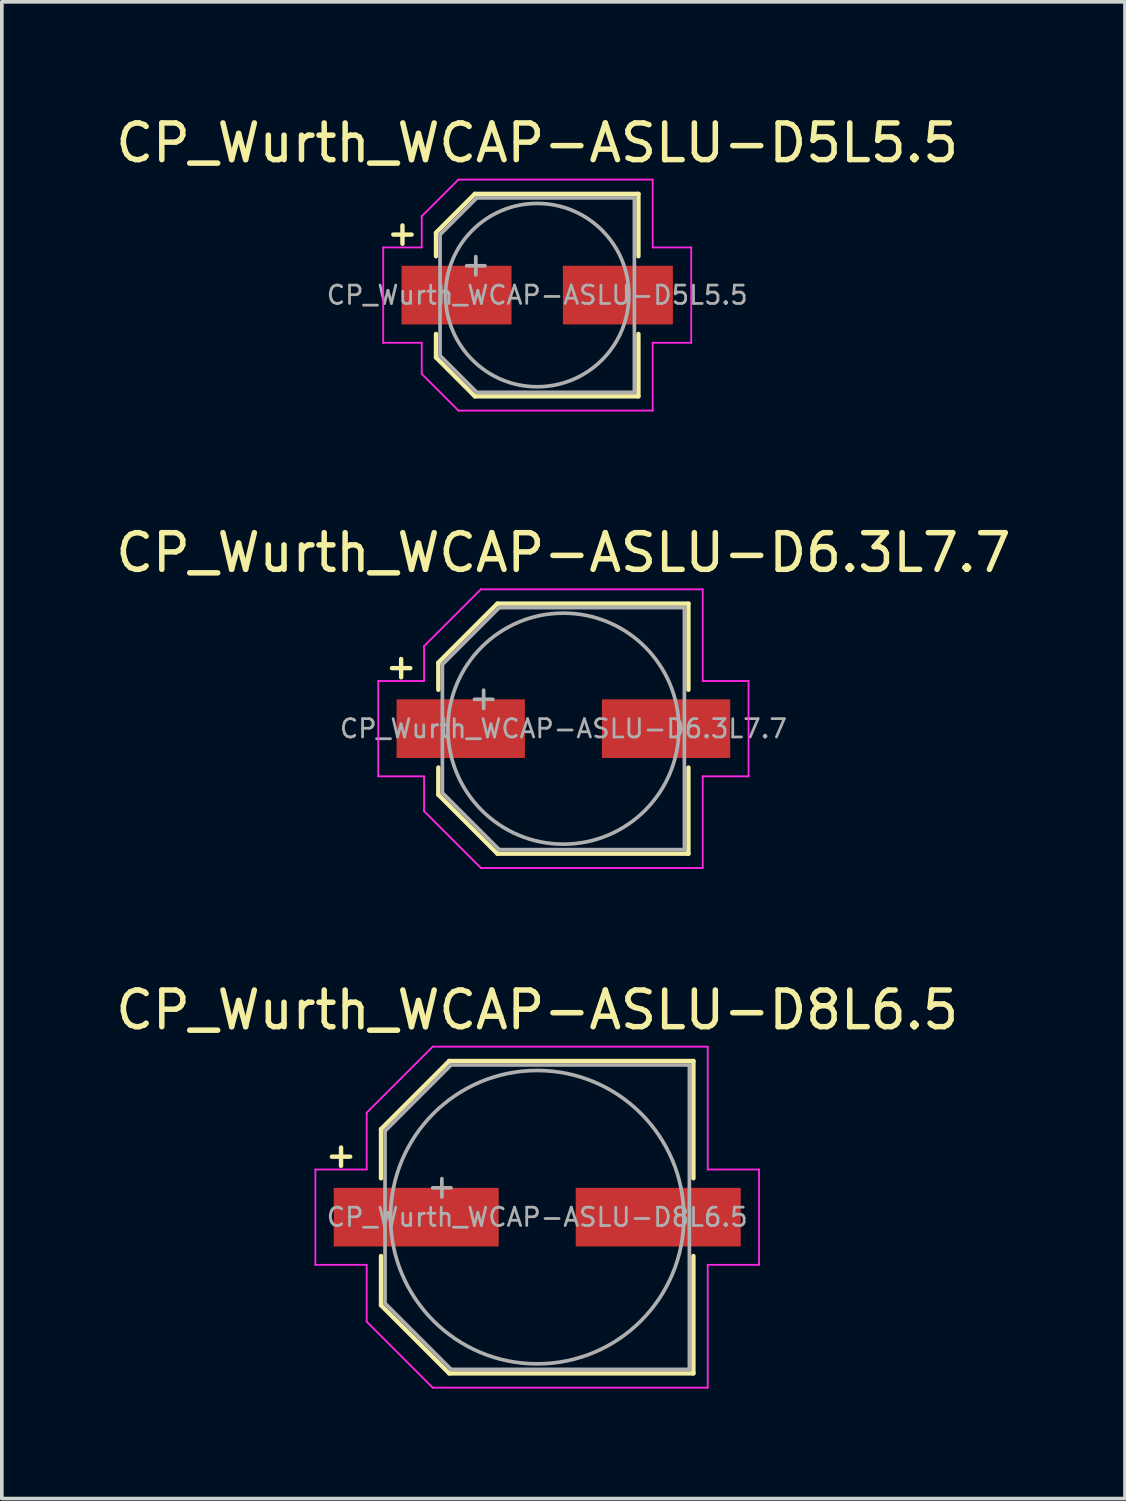
<source format=kicad_pcb>
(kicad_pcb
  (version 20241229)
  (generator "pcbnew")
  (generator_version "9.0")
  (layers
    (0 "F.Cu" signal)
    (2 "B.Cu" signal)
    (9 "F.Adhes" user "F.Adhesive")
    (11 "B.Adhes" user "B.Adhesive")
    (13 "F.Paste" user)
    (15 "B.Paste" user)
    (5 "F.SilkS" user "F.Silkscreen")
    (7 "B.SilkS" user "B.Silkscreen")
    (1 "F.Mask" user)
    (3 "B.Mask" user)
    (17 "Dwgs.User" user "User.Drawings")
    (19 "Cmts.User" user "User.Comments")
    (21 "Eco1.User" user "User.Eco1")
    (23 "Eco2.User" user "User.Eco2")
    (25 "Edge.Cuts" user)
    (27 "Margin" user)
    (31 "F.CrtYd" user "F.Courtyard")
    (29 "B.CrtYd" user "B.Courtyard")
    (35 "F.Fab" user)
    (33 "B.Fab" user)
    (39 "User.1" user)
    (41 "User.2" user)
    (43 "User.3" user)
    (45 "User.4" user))
  (footprint "CP_Wurth_WCAP-ASLU-D6.3L7.7"
    (layer "F.Cu")
    (at 12.315 16.822)
    (property "Reference" "CP_Wurth_WCAP-ASLU-D6.3L7.7" (at 0 -4.8 0) (unlocked yes) (layer "F.SilkS") (effects (font (size 1 1) (thickness 0.15))))
    (attr smd)
    (fp_line (start -4.425 -1.4) (end -4.425 -1.9) (stroke (width 0.12) (type solid)) (layer "F.SilkS"))
    (fp_line (start -4.175 -1.65) (end -4.675 -1.65) (stroke (width 0.12) (type solid)) (layer "F.SilkS"))
    (fp_line (start -3.41 -1.8) (end -3.41 -1.06) (stroke (width 0.12) (type default)) (layer "F.SilkS"))
    (fp_line (start -3.41 -1.8) (end -1.8 -3.41) (stroke (width 0.12) (type default)) (layer "F.SilkS"))
    (fp_line (start -3.41 1.8) (end -3.41 1.06) (stroke (width 0.12) (type default)) (layer "F.SilkS"))
    (fp_line (start -3.41 1.8) (end -1.8 3.41) (stroke (width 0.12) (type default)) (layer "F.SilkS"))
    (fp_line (start -1.8 -3.41) (end 3.41 -3.41) (stroke (width 0.12) (type solid)) (layer "F.SilkS"))
    (fp_line (start -1.8 3.41) (end 3.41 3.41) (stroke (width 0.12) (type solid)) (layer "F.SilkS"))
    (fp_line (start 3.41 -3.41) (end 3.41 -1.06) (stroke (width 0.12) (type default)) (layer "F.SilkS"))
    (fp_line (start 3.41 1.06) (end 3.41 3.41) (stroke (width 0.12) (type default)) (layer "F.SilkS"))
    (fp_line (start -5.05 -1.3) (end -5.05 1.3) (stroke (width 0.05) (type default)) (layer "F.CrtYd"))
    (fp_line (start -5.05 -1.3) (end -3.8 -1.3) (stroke (width 0.05) (type default)) (layer "F.CrtYd"))
    (fp_line (start -5.05 1.3) (end -3.8 1.3) (stroke (width 0.05) (type default)) (layer "F.CrtYd"))
    (fp_line (start -3.8 -2.25) (end -3.8 -1.3) (stroke (width 0.05) (type default)) (layer "F.CrtYd"))
    (fp_line (start -3.8 -2.25) (end -2.25 -3.8) (stroke (width 0.05) (type default)) (layer "F.CrtYd"))
    (fp_line (start -3.8 1.3) (end -3.8 2.25) (stroke (width 0.05) (type default)) (layer "F.CrtYd"))
    (fp_line (start -3.8 2.25) (end -2.25 3.8) (stroke (width 0.05) (type default)) (layer "F.CrtYd"))
    (fp_line (start -2.25 -3.8) (end 3.8 -3.8) (stroke (width 0.05) (type default)) (layer "F.CrtYd"))
    (fp_line (start -2.25 3.8) (end 3.8 3.8) (stroke (width 0.05) (type default)) (layer "F.CrtYd"))
    (fp_line (start 3.8 -3.8) (end 3.8 -1.3) (stroke (width 0.05) (type default)) (layer "F.CrtYd"))
    (fp_line (start 3.8 -1.3) (end 5.05 -1.3) (stroke (width 0.05) (type default)) (layer "F.CrtYd"))
    (fp_line (start 3.8 1.3) (end 3.8 3.8) (stroke (width 0.05) (type default)) (layer "F.CrtYd"))
    (fp_line (start 3.8 1.3) (end 5.05 1.3) (stroke (width 0.05) (type default)) (layer "F.CrtYd"))
    (fp_line (start 5.05 -1.3) (end 5.05 1.3) (stroke (width 0.05) (type default)) (layer "F.CrtYd"))
    (fp_line (start -3.3 -1.75) (end -1.75 -3.3) (stroke (width 0.1) (type default)) (layer "F.Fab"))
    (fp_line (start -3.3 1.75) (end -3.3 -1.75) (stroke (width 0.1) (type default)) (layer "F.Fab"))
    (fp_line (start -2.175 -0.55) (end -2.175 -1.05) (stroke (width 0.1) (type default)) (layer "F.Fab"))
    (fp_line (start -1.925 -0.8) (end -2.425 -0.8) (stroke (width 0.1) (type default)) (layer "F.Fab"))
    (fp_line (start -1.75 -3.3) (end 3.3 -3.3) (stroke (width 0.1) (type default)) (layer "F.Fab"))
    (fp_line (start -1.75 3.3) (end -3.3 1.75) (stroke (width 0.1) (type default)) (layer "F.Fab"))
    (fp_line (start 3.3 -3.3) (end 3.3 3.3) (stroke (width 0.1) (type default)) (layer "F.Fab"))
    (fp_line (start 3.3 3.3) (end -1.75 3.3) (stroke (width 0.1) (type default)) (layer "F.Fab"))
    (fp_circle (center 0 0) (end 3.15 0) (stroke (width 0.1) (type default)) (fill no) (layer "F.Fab"))
    (fp_text user "${REFERENCE}" (at 0 0 0) (unlocked yes) (layer "F.Fab") (effects (font (size 0.5 0.5) (thickness 0.075))))
    (pad "1" smd rect (at -2.8 0) (size 3.5 1.6) (layers "F.Cu" "F.Mask" "F.Paste"))
    (pad "2" smd rect (at 2.8 0) (size 3.5 1.6) (layers "F.Cu" "F.Mask" "F.Paste")))
  (footprint "CP_Wurth_WCAP-ASLU-D8L6.5"
    (layer "F.Cu")
    (at 11.601 30.145)
    (property "Reference" "CP_Wurth_WCAP-ASLU-D8L6.5" (at 0 -5.65 0) (unlocked yes) (layer "F.SilkS") (effects (font (size 1 1) (thickness 0.15))))
    (attr smd)
    (fp_line (start -5.35 -1.4) (end -5.35 -1.9) (stroke (width 0.12) (type solid)) (layer "F.SilkS"))
    (fp_line (start -5.1 -1.65) (end -5.6 -1.65) (stroke (width 0.12) (type solid)) (layer "F.SilkS"))
    (fp_line (start -4.26 -2.4) (end -4.26 -1.06) (stroke (width 0.12) (type default)) (layer "F.SilkS"))
    (fp_line (start -4.26 -2.4) (end -2.4 -4.26) (stroke (width 0.12) (type default)) (layer "F.SilkS"))
    (fp_line (start -4.26 2.4) (end -4.26 1.06) (stroke (width 0.12) (type default)) (layer "F.SilkS"))
    (fp_line (start -4.26 2.4) (end -2.4 4.26) (stroke (width 0.12) (type default)) (layer "F.SilkS"))
    (fp_line (start -2.4 -4.26) (end 4.26 -4.26) (stroke (width 0.12) (type solid)) (layer "F.SilkS"))
    (fp_line (start -2.4 4.26) (end 4.26 4.26) (stroke (width 0.12) (type solid)) (layer "F.SilkS"))
    (fp_line (start 4.26 -4.26) (end 4.26 -1.06) (stroke (width 0.12) (type default)) (layer "F.SilkS"))
    (fp_line (start 4.26 1.06) (end 4.26 4.26) (stroke (width 0.12) (type default)) (layer "F.SilkS"))
    (fp_line (start -6.05 -1.3) (end -6.05 1.3) (stroke (width 0.05) (type default)) (layer "F.CrtYd"))
    (fp_line (start -6.05 -1.3) (end -4.65 -1.3) (stroke (width 0.05) (type default)) (layer "F.CrtYd"))
    (fp_line (start -6.05 1.3) (end -4.65 1.3) (stroke (width 0.05) (type default)) (layer "F.CrtYd"))
    (fp_line (start -4.65 -2.85) (end -4.65 -1.3) (stroke (width 0.05) (type default)) (layer "F.CrtYd"))
    (fp_line (start -4.65 -2.85) (end -2.85 -4.65) (stroke (width 0.05) (type default)) (layer "F.CrtYd"))
    (fp_line (start -4.65 1.3) (end -4.65 2.85) (stroke (width 0.05) (type default)) (layer "F.CrtYd"))
    (fp_line (start -4.65 2.85) (end -2.85 4.65) (stroke (width 0.05) (type default)) (layer "F.CrtYd"))
    (fp_line (start -2.85 -4.65) (end 4.65 -4.65) (stroke (width 0.05) (type default)) (layer "F.CrtYd"))
    (fp_line (start -2.85 4.65) (end 4.65 4.65) (stroke (width 0.05) (type default)) (layer "F.CrtYd"))
    (fp_line (start 4.65 -4.65) (end 4.65 -1.3) (stroke (width 0.05) (type default)) (layer "F.CrtYd"))
    (fp_line (start 4.65 -1.3) (end 6.05 -1.3) (stroke (width 0.05) (type default)) (layer "F.CrtYd"))
    (fp_line (start 4.65 1.3) (end 4.65 4.65) (stroke (width 0.05) (type default)) (layer "F.CrtYd"))
    (fp_line (start 4.65 1.3) (end 6.05 1.3) (stroke (width 0.05) (type default)) (layer "F.CrtYd"))
    (fp_line (start 6.05 -1.3) (end 6.05 1.3) (stroke (width 0.05) (type default)) (layer "F.CrtYd"))
    (fp_line (start -4.15 -2.35) (end -2.35 -4.15) (stroke (width 0.1) (type default)) (layer "F.Fab"))
    (fp_line (start -4.15 2.35) (end -4.15 -2.35) (stroke (width 0.1) (type default)) (layer "F.Fab"))
    (fp_line (start -2.6 -0.55) (end -2.6 -1.05) (stroke (width 0.1) (type default)) (layer "F.Fab"))
    (fp_line (start -2.35 -4.15) (end 4.15 -4.15) (stroke (width 0.1) (type default)) (layer "F.Fab"))
    (fp_line (start -2.35 -0.8) (end -2.85 -0.8) (stroke (width 0.1) (type default)) (layer "F.Fab"))
    (fp_line (start -2.35 4.15) (end -4.15 2.35) (stroke (width 0.1) (type default)) (layer "F.Fab"))
    (fp_line (start 4.15 -4.15) (end 4.15 4.15) (stroke (width 0.1) (type default)) (layer "F.Fab"))
    (fp_line (start 4.15 4.15) (end -2.35 4.15) (stroke (width 0.1) (type default)) (layer "F.Fab"))
    (fp_circle (center 0 0) (end 4 0) (stroke (width 0.1) (type default)) (fill no) (layer "F.Fab"))
    (fp_text user "${REFERENCE}" (at 0 0 0) (unlocked yes) (layer "F.Fab") (effects (font (size 0.5 0.5) (thickness 0.075))))
    (pad "1" smd rect (at -3.3 0) (size 4.5 1.6) (layers "F.Cu" "F.Mask" "F.Paste"))
    (pad "2" smd rect (at 3.3 0) (size 4.5 1.6) (layers "F.Cu" "F.Mask" "F.Paste")))
  (footprint "CP_Wurth_WCAP-ASLU-D5L5.5"
    (layer "F.Cu")
    (at 11.601 4.998)
    (property "Reference" "CP_Wurth_WCAP-ASLU-D5L5.5" (at 0 -4.15 0) (unlocked yes) (layer "F.SilkS") (effects (font (size 1 1) (thickness 0.15))))
    (attr smd)
    (fp_line (start -3.675 -1.4) (end -3.675 -1.9) (stroke (width 0.12) (type solid)) (layer "F.SilkS"))
    (fp_line (start -3.425 -1.65) (end -3.925 -1.65) (stroke (width 0.12) (type solid)) (layer "F.SilkS"))
    (fp_line (start -2.76 -1.7) (end -2.76 -1.06) (stroke (width 0.12) (type default)) (layer "F.SilkS"))
    (fp_line (start -2.76 -1.7) (end -1.7 -2.76) (stroke (width 0.12) (type default)) (layer "F.SilkS"))
    (fp_line (start -2.76 1.7) (end -2.76 1.06) (stroke (width 0.12) (type default)) (layer "F.SilkS"))
    (fp_line (start -2.76 1.7) (end -1.7 2.76) (stroke (width 0.12) (type default)) (layer "F.SilkS"))
    (fp_line (start -1.7 -2.76) (end 2.76 -2.76) (stroke (width 0.12) (type solid)) (layer "F.SilkS"))
    (fp_line (start -1.7 2.76) (end 2.76 2.76) (stroke (width 0.12) (type solid)) (layer "F.SilkS"))
    (fp_line (start 2.76 -2.76) (end 2.76 -1.06) (stroke (width 0.12) (type default)) (layer "F.SilkS"))
    (fp_line (start 2.76 1.06) (end 2.76 2.76) (stroke (width 0.12) (type default)) (layer "F.SilkS"))
    (fp_line (start -4.2 -1.3) (end -4.2 1.3) (stroke (width 0.05) (type default)) (layer "F.CrtYd"))
    (fp_line (start -4.2 -1.3) (end -3.15 -1.3) (stroke (width 0.05) (type default)) (layer "F.CrtYd"))
    (fp_line (start -4.2 1.3) (end -3.15 1.3) (stroke (width 0.05) (type default)) (layer "F.CrtYd"))
    (fp_line (start -3.15 -2.15) (end -3.15 -1.3) (stroke (width 0.05) (type default)) (layer "F.CrtYd"))
    (fp_line (start -3.15 -2.15) (end -2.15 -3.15) (stroke (width 0.05) (type default)) (layer "F.CrtYd"))
    (fp_line (start -3.15 1.3) (end -3.15 2.15) (stroke (width 0.05) (type default)) (layer "F.CrtYd"))
    (fp_line (start -3.15 2.15) (end -2.15 3.15) (stroke (width 0.05) (type default)) (layer "F.CrtYd"))
    (fp_line (start -2.15 -3.15) (end 3.15 -3.15) (stroke (width 0.05) (type default)) (layer "F.CrtYd"))
    (fp_line (start -2.15 3.15) (end 3.15 3.15) (stroke (width 0.05) (type default)) (layer "F.CrtYd"))
    (fp_line (start 3.15 -3.15) (end 3.15 -1.3) (stroke (width 0.05) (type default)) (layer "F.CrtYd"))
    (fp_line (start 3.15 -1.3) (end 4.2 -1.3) (stroke (width 0.05) (type default)) (layer "F.CrtYd"))
    (fp_line (start 3.15 1.3) (end 3.15 3.15) (stroke (width 0.05) (type default)) (layer "F.CrtYd"))
    (fp_line (start 3.15 1.3) (end 4.2 1.3) (stroke (width 0.05) (type default)) (layer "F.CrtYd"))
    (fp_line (start 4.2 -1.3) (end 4.2 1.3) (stroke (width 0.05) (type default)) (layer "F.CrtYd"))
    (fp_line (start -2.65 -1.65) (end -1.65 -2.65) (stroke (width 0.1) (type default)) (layer "F.Fab"))
    (fp_line (start -2.65 1.65) (end -2.65 -1.65) (stroke (width 0.1) (type default)) (layer "F.Fab"))
    (fp_line (start -1.675 -0.55) (end -1.675 -1.05) (stroke (width 0.1) (type default)) (layer "F.Fab"))
    (fp_line (start -1.65 -2.65) (end 2.65 -2.65) (stroke (width 0.1) (type default)) (layer "F.Fab"))
    (fp_line (start -1.65 2.65) (end -2.65 1.65) (stroke (width 0.1) (type default)) (layer "F.Fab"))
    (fp_line (start -1.425 -0.8) (end -1.925 -0.8) (stroke (width 0.1) (type default)) (layer "F.Fab"))
    (fp_line (start 2.65 -2.65) (end 2.65 2.65) (stroke (width 0.1) (type default)) (layer "F.Fab"))
    (fp_line (start 2.65 2.65) (end -1.65 2.65) (stroke (width 0.1) (type default)) (layer "F.Fab"))
    (fp_circle (center 0 0) (end 2.5 0) (stroke (width 0.1) (type default)) (fill no) (layer "F.Fab"))
    (fp_text user "${REFERENCE}" (at 0 0 0) (unlocked yes) (layer "F.Fab") (effects (font (size 0.5 0.5) (thickness 0.075))))
    (pad "1" smd rect (at -2.2 0) (size 3 1.6) (layers "F.Cu" "F.Mask" "F.Paste"))
    (pad "2" smd rect (at 2.2 0) (size 3 1.6) (layers "F.Cu" "F.Mask" "F.Paste")))
  (gr_rect
    (start -3 -3)
    (end 27.631 37.82)
    (stroke (width 0.1) (type default))
    (fill no)
    (layer "Edge.Cuts")))
</source>
